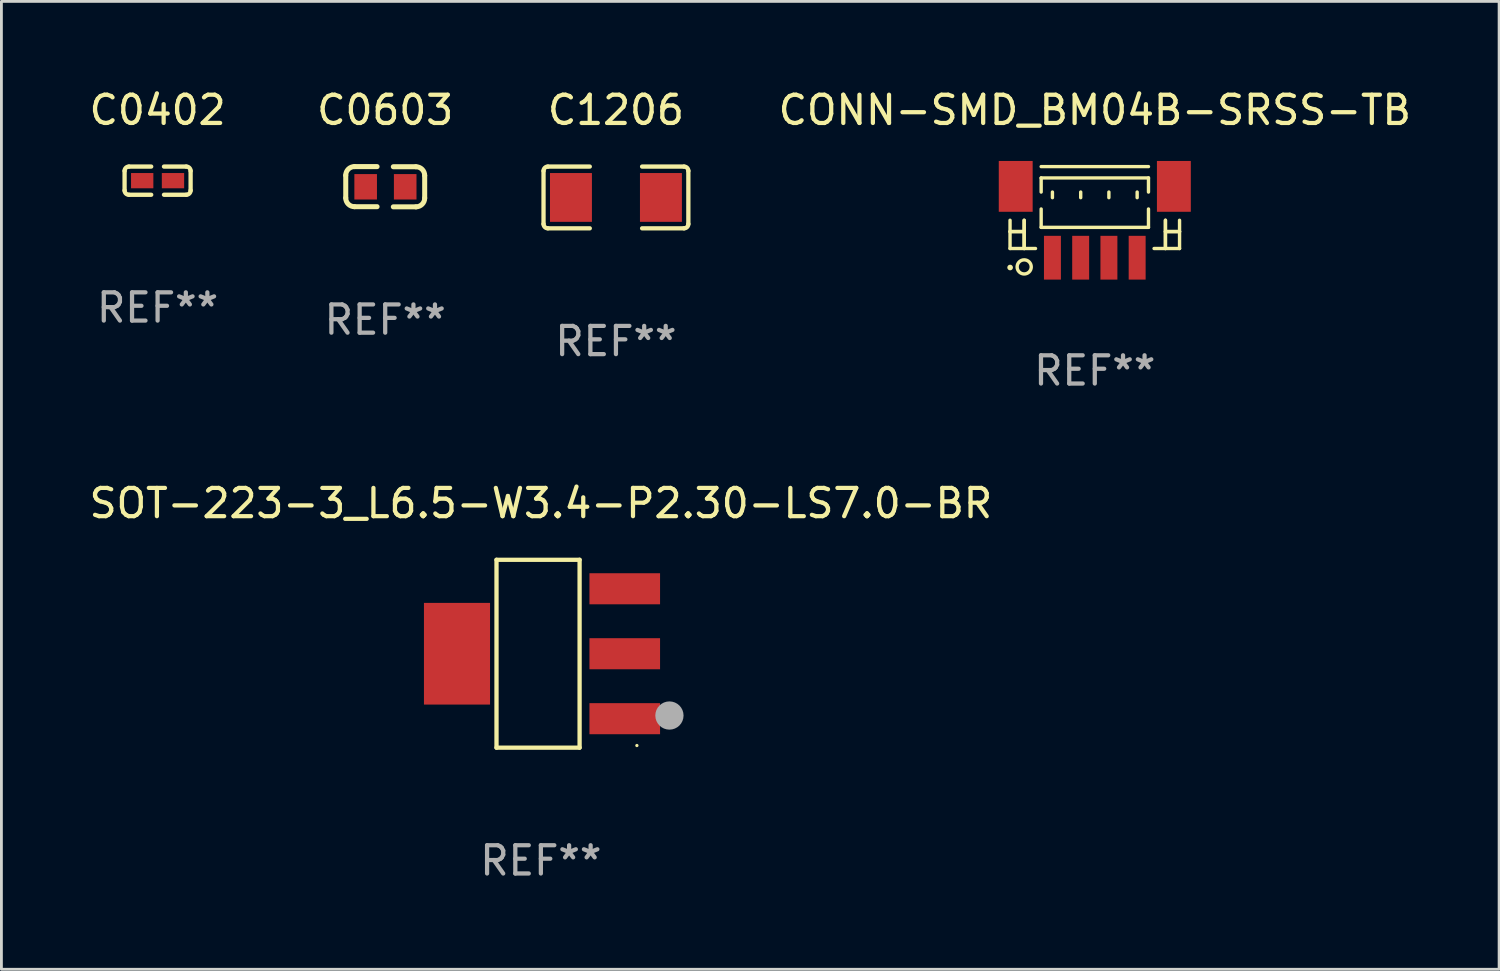
<source format=kicad_pcb>
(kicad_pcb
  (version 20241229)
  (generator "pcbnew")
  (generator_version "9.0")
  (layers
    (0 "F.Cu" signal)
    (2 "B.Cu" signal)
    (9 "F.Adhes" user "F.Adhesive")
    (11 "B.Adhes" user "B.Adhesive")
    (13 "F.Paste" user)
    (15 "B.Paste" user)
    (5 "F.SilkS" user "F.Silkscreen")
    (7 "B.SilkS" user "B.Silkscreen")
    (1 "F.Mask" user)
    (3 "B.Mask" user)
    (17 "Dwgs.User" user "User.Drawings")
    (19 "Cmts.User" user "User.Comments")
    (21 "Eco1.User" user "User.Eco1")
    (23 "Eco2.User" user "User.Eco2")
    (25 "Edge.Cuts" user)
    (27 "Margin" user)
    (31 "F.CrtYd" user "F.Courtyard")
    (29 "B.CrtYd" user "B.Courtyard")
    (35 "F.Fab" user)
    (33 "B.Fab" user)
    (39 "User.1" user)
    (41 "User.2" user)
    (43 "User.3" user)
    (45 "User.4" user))
  (footprint "C0402"
    (layer "F.Cu")
    (at 2.53 3.347)
    (property "Reference" "C0402" (at 0 -2.499 0) (layer "F.SilkS") (effects (font (size 1 1) (thickness 0.15))))
    (attr smd)
    (fp_line (start -1.169 0.346) (end -1.169 -0.346) (stroke (width 0.152) (type solid)) (layer "F.SilkS"))
    (fp_line (start -1.016 -0.499) (end -0.226 -0.499) (stroke (width 0.152) (type solid)) (layer "F.SilkS"))
    (fp_line (start -0.226 0.499) (end -1.016 0.499) (stroke (width 0.152) (type solid)) (layer "F.SilkS"))
    (fp_line (start 0.226 0.499) (end 1.016 0.499) (stroke (width 0.152) (type solid)) (layer "F.SilkS"))
    (fp_line (start 1.016 -0.499) (end 0.226 -0.499) (stroke (width 0.152) (type solid)) (layer "F.SilkS"))
    (fp_line (start 1.169 0.346) (end 1.169 -0.346) (stroke (width 0.152) (type solid)) (layer "F.SilkS"))
    (fp_arc (start -1.168707 -0.346203) (mid -1.12407 -0.453966) (end -1.016307 -0.498603) (stroke (width 0.1524) (type solid)) (layer "F.SilkS"))
    (fp_arc (start -1.016307 0.498603) (mid -1.12407 0.453966) (end -1.168707 0.346203) (stroke (width 0.1524) (type solid)) (layer "F.SilkS"))
    (fp_arc (start 1.016307 -0.498603) (mid 1.12407 -0.453966) (end 1.168707 -0.346203) (stroke (width 0.1524) (type solid)) (layer "F.SilkS"))
    (fp_arc (start 1.168707 0.346203) (mid 1.12407 0.453966) (end 1.016307 0.498603) (stroke (width 0.1524) (type solid)) (layer "F.SilkS"))
    (fp_text user "REF**" (at 0 4.499 0) (layer "F.Fab") (effects (font (size 1 1) (thickness 0.15))))
    (pad "1" smd rect (at -0.545 0) (size 0.79 0.54) (layers "F.Cu" "F.Mask" "F.Paste"))
    (pad "2" smd rect (at 0.545 0) (size 0.79 0.54) (layers "F.Cu" "F.Mask" "F.Paste")))
  (footprint "C0603"
    (layer "F.Cu")
    (at 10.597 3.564)
    (property "Reference" "C0603" (at -0.008 -2.715 0) (layer "F.SilkS") (effects (font (size 1 1) (thickness 0.15))))
    (attr smd)
    (fp_line (start -1.405 -0.406) (end -1.405 0.394) (stroke (width 0.178) (type solid)) (layer "F.SilkS"))
    (fp_line (start -0.296 -0.715) (end -1.096 -0.715) (stroke (width 0.178) (type solid)) (layer "F.SilkS"))
    (fp_line (start -0.296 0.704) (end -1.096 0.704) (stroke (width 0.178) (type solid)) (layer "F.SilkS"))
    (fp_line (start 0.28 -0.71) (end 1.08 -0.71) (stroke (width 0.178) (type solid)) (layer "F.SilkS"))
    (fp_line (start 0.28 0.71) (end 1.08 0.71) (stroke (width 0.178) (type solid)) (layer "F.SilkS"))
    (fp_line (start 1.39 -0.4) (end 1.39 0.4) (stroke (width 0.178) (type solid)) (layer "F.SilkS"))
    (fp_arc (start -1.405512 -0.405613) (mid -1.314765 -0.624696) (end -1.095682 -0.715443) (stroke (width 0.1778) (type solid)) (layer "F.SilkS"))
    (fp_arc (start -1.095682 0.704216) (mid -1.314773 0.61346) (end -1.405511 0.394362) (stroke (width 0.1778) (type solid)) (layer "F.SilkS"))
    (fp_arc (start 1.080188 -0.709627) (mid 1.299282 -0.618873) (end 1.390018 -0.399772) (stroke (width 0.1778) (type solid)) (layer "F.SilkS"))
    (fp_arc (start 1.390018 0.400203) (mid 1.299272 0.619287) (end 1.080188 0.710033) (stroke (width 0.1778) (type solid)) (layer "F.SilkS"))
    (fp_text user "REF**" (at -0.008 4.71 0) (layer "F.Fab") (effects (font (size 1 1) (thickness 0.15))))
    (pad "1" smd rect (at -0.7 0) (size 0.8 0.9) (layers "F.Cu" "F.Mask" "F.Paste"))
    (pad "2" smd rect (at 0.7 0) (size 0.8 0.9) (layers "F.Cu" "F.Mask" "F.Paste")))
  (footprint "CONN-SMD_BM04B-SRSS-TB"
    (layer "F.Cu")
    (at 35.714 4.812)
    (property "Reference" "CONN-SMD_BM04B-SRSS-TB" (at -0.000127 -3.963 0) (layer "F.SilkS") (effects (font (size 1 1) (thickness 0.15))))
    (attr smd)
    (fp_line (start -3.001 -0.063) (end -3.001 0.937) (stroke (width 0.12) (type solid)) (layer "F.SilkS"))
    (fp_line (start -3.001 0.338) (end -2.501 0.338) (stroke (width 0.12) (type solid)) (layer "F.SilkS"))
    (fp_line (start -3.001 0.937) (end -2.099 0.937) (stroke (width 0.12) (type solid)) (layer "F.SilkS"))
    (fp_line (start -2.501 -0.063) (end -2.501 0.937) (stroke (width 0.12) (type solid)) (layer "F.SilkS"))
    (fp_line (start -2.501 0.338) (end -3.001 0.338) (stroke (width 0.12) (type solid)) (layer "F.SilkS"))
    (fp_line (start -2.501 0.937) (end -2.501 -0.063) (stroke (width 0.12) (type solid)) (layer "F.SilkS"))
    (fp_line (start -1.899 -1.963) (end 1.901 -1.963) (stroke (width 0.12) (type solid)) (layer "F.SilkS"))
    (fp_line (start -1.899 -1.562) (end 1.901 -1.562) (stroke (width 0.12) (type solid)) (layer "F.SilkS"))
    (fp_line (start -1.899 -1.062) (end -1.899 -1.562) (stroke (width 0.12) (type solid)) (layer "F.SilkS"))
    (fp_line (start -1.899 -0.462) (end -1.899 0.188) (stroke (width 0.12) (type solid)) (layer "F.SilkS"))
    (fp_line (start -1.899 0.188) (end 1.901 0.188) (stroke (width 0.12) (type solid)) (layer "F.SilkS"))
    (fp_line (start -1.5 -1.062) (end -1.5 -0.863) (stroke (width 0.12) (type solid)) (layer "F.SilkS"))
    (fp_line (start -0.499 -1.062) (end -0.499 -0.863) (stroke (width 0.12) (type solid)) (layer "F.SilkS"))
    (fp_line (start 0.499 -1.062) (end 0.499 -0.863) (stroke (width 0.12) (type solid)) (layer "F.SilkS"))
    (fp_line (start 1.5 -1.062) (end 1.5 -0.863) (stroke (width 0.12) (type solid)) (layer "F.SilkS"))
    (fp_line (start 1.901 -1.562) (end 1.901 -1.062) (stroke (width 0.12) (type solid)) (layer "F.SilkS"))
    (fp_line (start 1.901 0.188) (end 1.901 -0.462) (stroke (width 0.12) (type solid)) (layer "F.SilkS"))
    (fp_line (start 2.501 -0.063) (end 2.501 0.937) (stroke (width 0.12) (type solid)) (layer "F.SilkS"))
    (fp_line (start 2.501 0.338) (end 3.001 0.338) (stroke (width 0.12) (type solid)) (layer "F.SilkS"))
    (fp_line (start 2.501 0.937) (end 2.501 -0.063) (stroke (width 0.12) (type solid)) (layer "F.SilkS"))
    (fp_line (start 3.001 -0.063) (end 3.001 0.937) (stroke (width 0.12) (type solid)) (layer "F.SilkS"))
    (fp_line (start 3.001 0.338) (end 2.501 0.338) (stroke (width 0.12) (type solid)) (layer "F.SilkS"))
    (fp_line (start 3.001 0.937) (end 2.099 0.937) (stroke (width 0.12) (type solid)) (layer "F.SilkS"))
    (fp_arc (start -2.250241 1.598578) (mid -2.749949 1.581628) (end -2.249987 1.5874) (stroke (width 0.11999) (type solid)) (layer "F.SilkS"))
    (fp_circle (center -2.998 1.61) (end -2.948 1.61) (stroke (width 0.1) (type solid)) (fill no) (layer "F.SilkS"))
    (fp_text user "REF**" (at -0.000127 5.263 0) (layer "F.Fab") (effects (font (size 1 1) (thickness 0.15))))
    (pad "0" smd rect (at -2.8 -1.263) (size 1.2 1.8) (layers "F.Cu" "F.Mask" "F.Paste"))
    (pad "0" smd rect (at 2.8 -1.263) (size 1.2 1.8) (layers "F.Cu" "F.Mask" "F.Paste"))
    (pad "1" smd rect (at -1.5 1.263) (size 0.6 1.55) (layers "F.Cu" "F.Mask" "F.Paste"))
    (pad "2" smd rect (at -0.5 1.263) (size 0.6 1.55) (layers "F.Cu" "F.Mask" "F.Paste"))
    (pad "3" smd rect (at 0.5 1.263) (size 0.6 1.55) (layers "F.Cu" "F.Mask" "F.Paste"))
    (pad "4" smd rect (at 1.5 1.263) (size 0.6 1.55) (layers "F.Cu" "F.Mask" "F.Paste")))
  (footprint "C1206"
    (layer "F.Cu")
    (at 18.759 3.941)
    (property "Reference" "C1206" (at 0 -3.093 0) (layer "F.SilkS") (effects (font (size 1 1) (thickness 0.15))))
    (attr smd)
    (fp_line (start -2.564 0.94) (end -2.564 -0.94) (stroke (width 0.152) (type solid)) (layer "F.SilkS"))
    (fp_line (start -2.411 -1.093) (end -0.926 -1.093) (stroke (width 0.152) (type solid)) (layer "F.SilkS"))
    (fp_line (start -0.926 1.093) (end -2.411 1.093) (stroke (width 0.152) (type solid)) (layer "F.SilkS"))
    (fp_line (start 0.926 1.093) (end 2.411 1.093) (stroke (width 0.152) (type solid)) (layer "F.SilkS"))
    (fp_line (start 2.411 -1.093) (end 0.926 -1.093) (stroke (width 0.152) (type solid)) (layer "F.SilkS"))
    (fp_line (start 2.564 0.94) (end 2.564 -0.94) (stroke (width 0.152) (type solid)) (layer "F.SilkS"))
    (fp_arc (start -2.563602 -0.940208) (mid -2.518965 -1.047972) (end -2.411201 -1.092609) (stroke (width 0.1524) (type solid)) (layer "F.SilkS"))
    (fp_arc (start -2.411201 1.092609) (mid -2.518965 1.047972) (end -2.563602 0.940208) (stroke (width 0.1524) (type solid)) (layer "F.SilkS"))
    (fp_arc (start 2.411201 -1.092609) (mid 2.518965 -1.047972) (end 2.563602 -0.940208) (stroke (width 0.1524) (type solid)) (layer "F.SilkS"))
    (fp_arc (start 2.563602 0.940208) (mid 2.518965 1.047972) (end 2.411201 1.092609) (stroke (width 0.1524) (type solid)) (layer "F.SilkS"))
    (fp_text user "REF**" (at 0 5.093 0) (layer "F.Fab") (effects (font (size 1 1) (thickness 0.15))))
    (pad "1" smd rect (at -1.593 0) (size 1.485 1.728) (layers "F.Cu" "F.Mask" "F.Paste"))
    (pad "2" smd rect (at 1.593 0) (size 1.485 1.728) (layers "F.Cu" "F.Mask" "F.Paste")))
  (footprint "SOT-223-3_L6.5-W3.4-P2.30-LS7.0-BR"
    (layer "F.Cu")
    (at 16.101 20.097)
    (property "Reference" "SOT-223-3_L6.5-W3.4-P2.30-LS7.0-BR" (at -0.000013 -5.326 0) (layer "F.SilkS") (effects (font (size 1 1) (thickness 0.15))))
    (attr smd)
    (fp_line (start -1.571 -3.326) (end 1.371 -3.326) (stroke (width 0.152) (type solid)) (layer "F.SilkS"))
    (fp_line (start -1.571 3.326) (end -1.571 -3.326) (stroke (width 0.152) (type solid)) (layer "F.SilkS"))
    (fp_line (start 1.371 -3.326) (end 1.371 3.326) (stroke (width 0.152) (type solid)) (layer "F.SilkS"))
    (fp_line (start 1.371 3.326) (end -1.571 3.326) (stroke (width 0.152) (type solid)) (layer "F.SilkS"))
    (fp_circle (center 3.4 3.25) (end 3.43 3.25) (stroke (width 0.06) (type solid)) (fill no) (layer "F.SilkS"))
    (fp_circle (center 4.552 2.188) (end 4.802 2.188) (stroke (width 0.5) (type solid)) (fill no) (layer "F.Fab"))
    (fp_text user "REF**" (at -0.000013 7.326 0) (layer "F.Fab") (effects (font (size 1 1) (thickness 0.15))))
    (pad "1" smd rect (at 2.97 2.3) (size 2.5 1.1) (layers "F.Cu" "F.Mask" "F.Paste"))
    (pad "2" smd rect (at 2.97 0) (size 2.5 1.1) (layers "F.Cu" "F.Mask" "F.Paste"))
    (pad "3" smd rect (at 2.97 -2.3) (size 2.5 1.1) (layers "F.Cu" "F.Mask" "F.Paste"))
    (pad "4" smd rect (at -2.97 0) (size 2.34 3.6) (layers "F.Cu" "F.Mask" "F.Paste")))
  (gr_rect
    (start -3 -3)
    (end 50.03 31.271)
    (stroke (width 0.1) (type default))
    (fill no)
    (layer "Edge.Cuts")))
</source>
